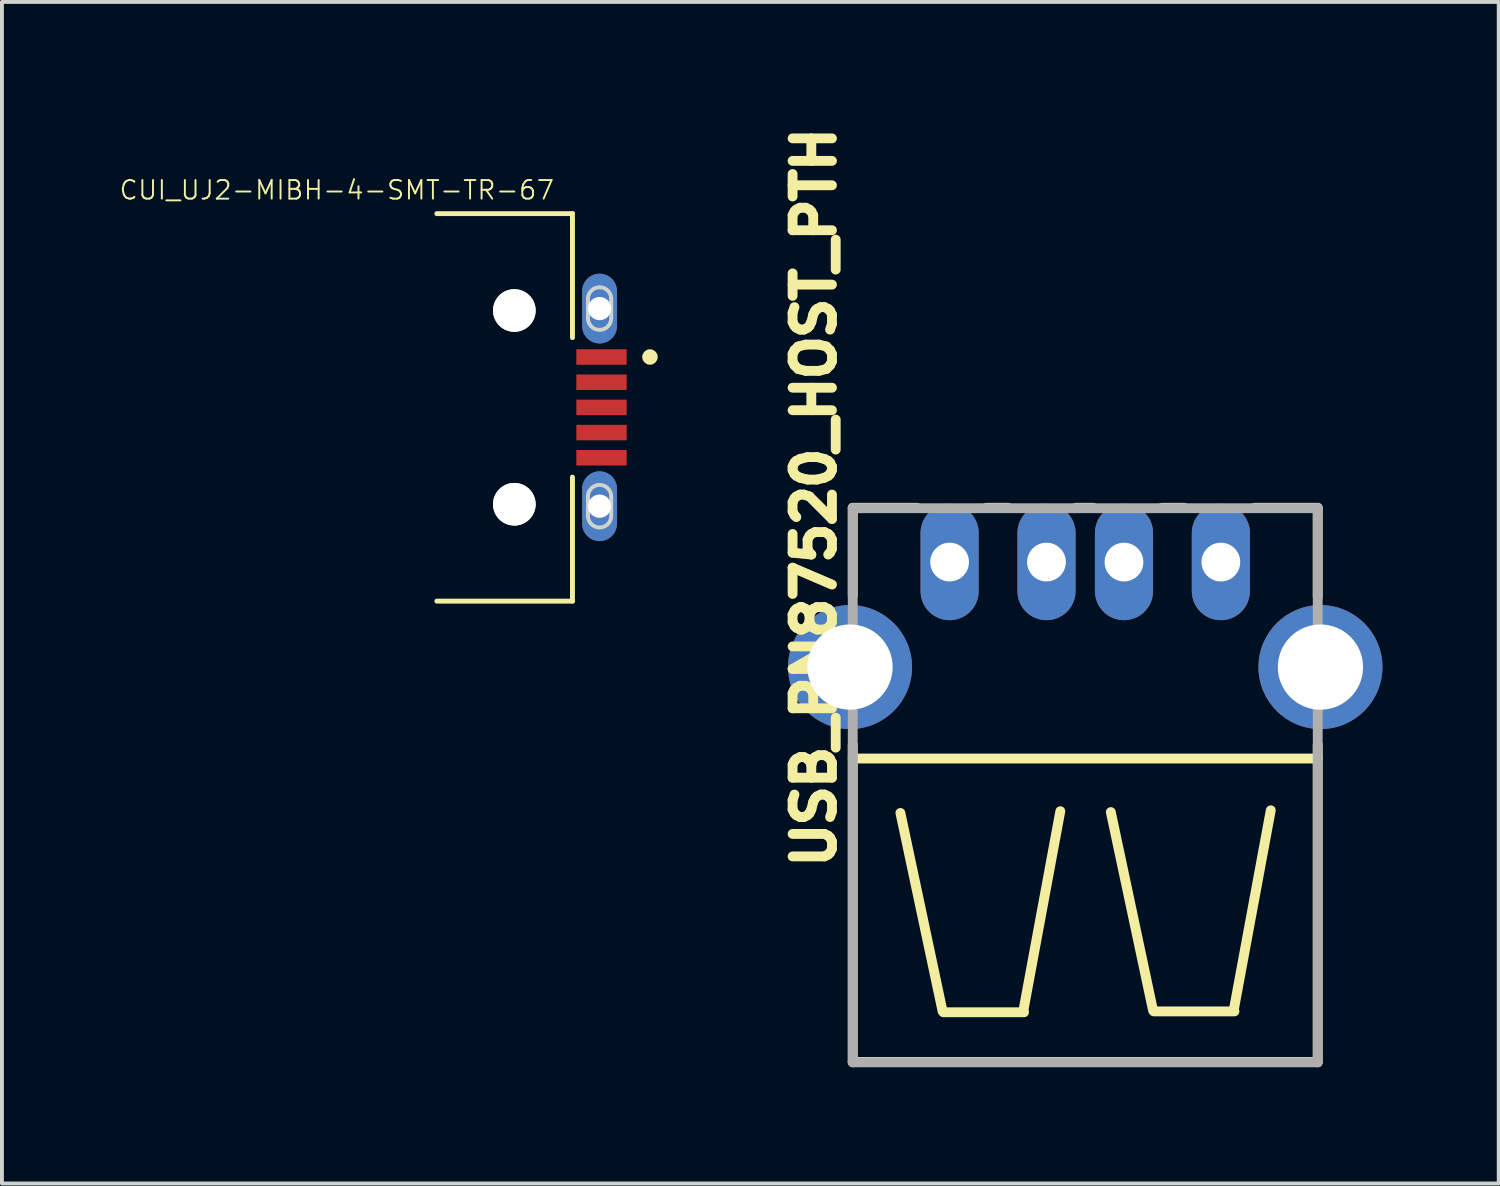
<source format=kicad_pcb>
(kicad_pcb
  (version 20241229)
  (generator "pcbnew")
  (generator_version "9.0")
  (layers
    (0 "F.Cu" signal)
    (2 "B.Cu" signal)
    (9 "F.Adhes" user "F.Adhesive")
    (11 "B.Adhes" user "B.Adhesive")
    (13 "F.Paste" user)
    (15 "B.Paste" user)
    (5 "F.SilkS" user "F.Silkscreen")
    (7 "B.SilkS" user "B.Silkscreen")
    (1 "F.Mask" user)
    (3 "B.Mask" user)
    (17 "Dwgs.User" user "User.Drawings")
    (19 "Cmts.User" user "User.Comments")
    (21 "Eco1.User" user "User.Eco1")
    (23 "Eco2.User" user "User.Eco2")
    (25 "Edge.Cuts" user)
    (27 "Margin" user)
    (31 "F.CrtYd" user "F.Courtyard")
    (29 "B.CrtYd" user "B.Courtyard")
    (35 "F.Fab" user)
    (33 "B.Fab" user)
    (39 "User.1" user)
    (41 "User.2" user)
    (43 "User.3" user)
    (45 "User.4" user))
  (footprint "USB_PN87520_HOST_PTH"
    (layer "F.Cu")
    (at 24.956 14.165)
    (property "Reference" "USB_PN87520_HOST_PTH" (at -6.993 -4.379 90) (layer "F.SilkS") (effects (font (size 1.016 1.016) (thickness 0.254))))
    (attr smd)
    (fp_line (start -6 -4.11) (end -6 -1.854) (stroke (width 0.254) (type solid)) (layer "F.SilkS"))
    (fp_line (start -6 -4.11) (end -4.343 -4.11) (stroke (width 0.254) (type solid)) (layer "F.SilkS"))
    (fp_line (start -6 2) (end -6 10.19) (stroke (width 0.254) (type solid)) (layer "F.SilkS"))
    (fp_line (start -6 2.36) (end 6 2.36) (stroke (width 0.254) (type solid)) (layer "F.SilkS"))
    (fp_line (start -4.77 3.764) (end -3.683 8.877) (stroke (width 0.254) (type solid)) (layer "F.SilkS"))
    (fp_line (start -2.553 -4.11) (end -1.981 -4.11) (stroke (width 0.254) (type solid)) (layer "F.SilkS"))
    (fp_line (start -1.603 8.9) (end -0.643 3.719) (stroke (width 0.254) (type solid)) (layer "F.SilkS"))
    (fp_line (start -1.58 8.908) (end -3.66 8.908) (stroke (width 0.254) (type solid)) (layer "F.SilkS"))
    (fp_line (start -0.241 -4.11) (end 0.203 -4.11) (stroke (width 0.254) (type solid)) (layer "F.SilkS"))
    (fp_line (start 0.66 3.741) (end 1.748 8.854) (stroke (width 0.254) (type solid)) (layer "F.SilkS"))
    (fp_line (start 1.981 -4.11) (end 2.553 -4.11) (stroke (width 0.254) (type solid)) (layer "F.SilkS"))
    (fp_line (start 3.828 8.877) (end 4.788 3.696) (stroke (width 0.254) (type solid)) (layer "F.SilkS"))
    (fp_line (start 3.851 8.885) (end 1.77 8.885) (stroke (width 0.254) (type solid)) (layer "F.SilkS"))
    (fp_line (start 4.369 -4.11) (end 6 -4.11) (stroke (width 0.254) (type solid)) (layer "F.SilkS"))
    (fp_line (start 6 -4.11) (end 6 -1.816) (stroke (width 0.254) (type solid)) (layer "F.SilkS"))
    (fp_line (start 6 2) (end 6 10.19) (stroke (width 0.254) (type solid)) (layer "F.SilkS"))
    (fp_line (start 6 10.19) (end -6 10.19) (stroke (width 0.254) (type solid)) (layer "F.SilkS"))
    (fp_line (start -6 -4.1) (end 6 -4.1) (stroke (width 0.254) (type solid)) (layer "F.Fab"))
    (fp_line (start -6 10.2) (end -6 -4.1) (stroke (width 0.254) (type solid)) (layer "F.Fab"))
    (fp_line (start -6 10.2) (end 6 10.2) (stroke (width 0.254) (type solid)) (layer "F.Fab"))
    (fp_line (start 6 -4.1) (end 6 10.2) (stroke (width 0.254) (type solid)) (layer "F.Fab"))
    (pad "1" thru_hole oval (at -3.5 -2.71) (size 1.5 3) (drill 1) (layers "*.Cu" "*.Mask"))
    (pad "2" thru_hole oval (at -1 -2.71) (size 1.5 3) (drill 1) (layers "*.Cu" "*.Mask"))
    (pad "3" thru_hole oval (at 1 -2.71) (size 1.5 3) (drill 1) (layers "*.Cu" "*.Mask"))
    (pad "4" thru_hole oval (at 3.5 -2.71) (size 1.5 3) (drill 1) (layers "*.Cu" "*.Mask"))
    (pad "5" thru_hole circle (at -6.07 0) (size 3.2 3.2) (drill 2.2) (layers "*.Cu" "*.Mask"))
    (pad "6" thru_hole circle (at 6.07 0) (size 3.2 3.2) (drill 2.2) (layers "*.Cu" "*.Mask")))
  (footprint "CUI_UJ2-MIBH-4-SMT-TR-67"
    (layer "F.Cu")
    (at 8.223 7.463)
    (property "Reference" "CUI_UJ2-MIBH-4-SMT-TR-67" (at -2.582 -5.607 0) (layer "F.SilkS") (effects (font (size 0.48 0.48) (thickness 0.05))))
    (attr smd)
    (fp_line (start 0 -5) (end 3.5 -5) (stroke (width 0.127) (type solid)) (layer "F.SilkS"))
    (fp_line (start 3.5 -5) (end 3.5 -1.8) (stroke (width 0.127) (type solid)) (layer "F.SilkS"))
    (fp_line (start 3.5 1.8) (end 3.5 5) (stroke (width 0.127) (type solid)) (layer "F.SilkS"))
    (fp_line (start 3.5 5) (end 0 5) (stroke (width 0.127) (type solid)) (layer "F.SilkS"))
    (fp_circle (center 5.5 -1.3) (end 5.6 -1.3) (stroke (width 0.2) (type solid)) (fill no) (layer "F.SilkS"))
    (fp_line (start -3.25 -5.25) (end 5.15 -5.25) (stroke (width 0.05) (type solid)) (layer "Eco1.User"))
    (fp_line (start -3.25 5.25) (end -3.25 -5.25) (stroke (width 0.05) (type solid)) (layer "Eco1.User"))
    (fp_line (start 5.15 -5.25) (end 5.15 5.25) (stroke (width 0.05) (type solid)) (layer "Eco1.User"))
    (fp_line (start 5.15 5.25) (end -3.25 5.25) (stroke (width 0.05) (type solid)) (layer "Eco1.User"))
    (fp_line (start -3 -4.25) (end -3 4.25) (stroke (width 0.127) (type solid)) (layer "Eco2.User"))
    (fp_line (start -3 4.25) (end -1 4.25) (stroke (width 0.127) (type solid)) (layer "Eco2.User"))
    (fp_line (start -1 -5) (end 3.5 -5) (stroke (width 0.127) (type solid)) (layer "Eco2.User"))
    (fp_line (start -1 -4.25) (end -3 -4.25) (stroke (width 0.127) (type solid)) (layer "Eco2.User"))
    (fp_line (start -1 -4.25) (end -1 -5) (stroke (width 0.127) (type solid)) (layer "Eco2.User"))
    (fp_line (start -1 4.25) (end -1 -4.25) (stroke (width 0.127) (type solid)) (layer "Eco2.User"))
    (fp_line (start -1 5) (end -1 4.25) (stroke (width 0.127) (type solid)) (layer "Eco2.User"))
    (fp_line (start 0 5.1) (end 0 -7.4) (stroke (width 0.127) (type solid)) (layer "Eco2.User"))
    (fp_line (start 3.5 -5) (end 3.5 5) (stroke (width 0.127) (type solid)) (layer "Eco2.User"))
    (fp_line (start 3.5 5) (end -1 5) (stroke (width 0.127) (type solid)) (layer "Eco2.User"))
    (fp_circle (center 5.5 -1.3) (end 5.6 -1.3) (stroke (width 0.2) (type solid)) (fill no) (layer "Eco2.User"))
    (fp_line (start 3.9 -2.3) (end 3.9 -2.8) (stroke (width 0.1) (type solid)) (layer "Edge.Cuts"))
    (fp_line (start 3.9 2.8) (end 3.9 2.3) (stroke (width 0.1) (type solid)) (layer "Edge.Cuts"))
    (fp_line (start 4.5 -2.8) (end 4.5 -2.3) (stroke (width 0.1) (type solid)) (layer "Edge.Cuts"))
    (fp_line (start 4.5 2.3) (end 4.5 2.8) (stroke (width 0.1) (type solid)) (layer "Edge.Cuts"))
    (fp_arc (start 3.9 -2.8) (mid 4.2 -3.1) (end 4.5 -2.8) (stroke (width 0.1) (type solid)) (layer "Edge.Cuts"))
    (fp_arc (start 3.9 2.3) (mid 4.2 2) (end 4.5 2.3) (stroke (width 0.1) (type solid)) (layer "Edge.Cuts"))
    (fp_arc (start 4.5 -2.3) (mid 4.2 -2) (end 3.9 -2.3) (stroke (width 0.1) (type solid)) (layer "Edge.Cuts"))
    (fp_arc (start 4.5 2.8) (mid 4.2 3.1) (end 3.9 2.8) (stroke (width 0.1) (type solid)) (layer "Edge.Cuts"))
    (fp_text user "PCB~{EDGE}" (at -0.1 -5.5 0) (layer "Edge.Cuts") (effects (font (size 1 1) (thickness 0.05))))
    (pad "" np_thru_hole circle (at 2 -2.5) (size 1.1 1.1) (drill 1.1) (layers "*.Cu" "*.Mask" "F.SilkS"))
    (pad "" np_thru_hole circle (at 2 2.5) (size 1.1 1.1) (drill 1.1) (layers "*.Cu" "*.Mask" "F.SilkS"))
    (pad "1" smd rect (at 4.25 -1.3) (size 1.3 0.4) (layers "F.Cu" "F.Mask" "F.Paste"))
    (pad "2" smd rect (at 4.25 -0.65) (size 1.3 0.4) (layers "F.Cu" "F.Mask" "F.Paste"))
    (pad "3" smd rect (at 4.25 0) (size 1.3 0.4) (layers "F.Cu" "F.Mask" "F.Paste"))
    (pad "4" smd rect (at 4.25 0.65) (size 1.3 0.4) (layers "F.Cu" "F.Mask" "F.Paste"))
    (pad "5" smd rect (at 4.25 1.3) (size 1.3 0.4) (layers "F.Cu" "F.Mask" "F.Paste"))
    (pad "6" thru_hole oval (at 4.2 -2.55 90) (size 1.8 0.9) (drill 0.6) (layers "*.Cu" "*.Mask"))
    (pad "6" thru_hole oval (at 4.2 2.55 90) (size 1.8 0.9) (drill 0.6) (layers "*.Cu" "*.Mask")))
  (gr_rect
    (start -3 -3)
    (end 35.626 27.492)
    (stroke (width 0.1) (type default))
    (fill no)
    (layer "Edge.Cuts")))
</source>
